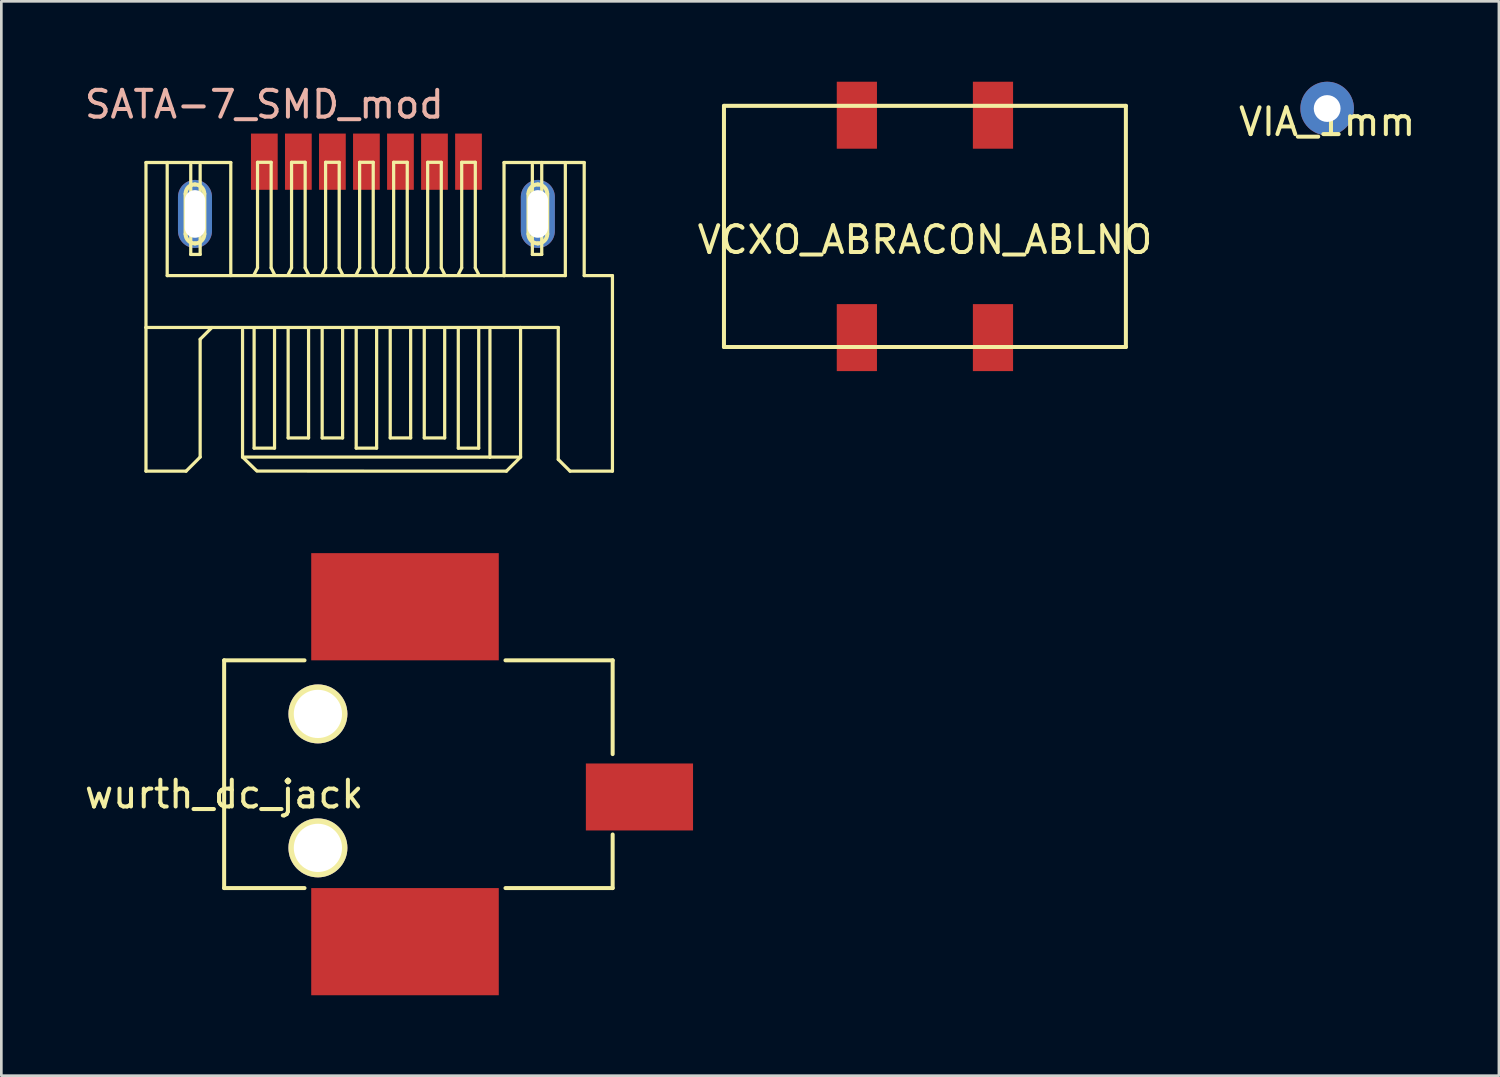
<source format=kicad_pcb>
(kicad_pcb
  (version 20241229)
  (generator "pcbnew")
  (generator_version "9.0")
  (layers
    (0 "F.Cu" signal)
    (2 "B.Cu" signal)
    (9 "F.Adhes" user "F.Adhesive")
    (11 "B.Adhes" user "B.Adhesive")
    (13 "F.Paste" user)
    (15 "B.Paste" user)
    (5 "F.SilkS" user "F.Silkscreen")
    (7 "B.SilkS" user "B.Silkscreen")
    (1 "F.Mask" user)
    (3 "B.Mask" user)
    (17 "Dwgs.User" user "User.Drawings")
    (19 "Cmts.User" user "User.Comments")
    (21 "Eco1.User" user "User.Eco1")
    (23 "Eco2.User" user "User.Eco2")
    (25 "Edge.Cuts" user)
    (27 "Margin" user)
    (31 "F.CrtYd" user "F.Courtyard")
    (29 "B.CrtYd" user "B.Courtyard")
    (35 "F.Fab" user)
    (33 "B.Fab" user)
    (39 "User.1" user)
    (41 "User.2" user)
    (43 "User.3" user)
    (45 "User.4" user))
  (footprint "VCXO_ABRACON_ABLNO"
    (layer "F.Cu")
    (at 31.469 5.4)
    (property "Reference" "VCXO_ABRACON_ABLNO" (at 0 0.5 0) (layer "F.SilkS") (effects (font (size 1 1) (thickness 0.15))))
    (attr through_hole)
    (fp_line (start -7.5 -4.5) (end 7.5 -4.5) (stroke (width 0.15) (type solid)) (layer "F.SilkS"))
    (fp_line (start -7.5 4.5) (end -7.5 -4.5) (stroke (width 0.15) (type solid)) (layer "F.SilkS"))
    (fp_line (start 7.5 -4.5) (end 7.5 4.5) (stroke (width 0.15) (type solid)) (layer "F.SilkS"))
    (fp_line (start 7.5 4.5) (end -7.5 4.5) (stroke (width 0.15) (type solid)) (layer "F.SilkS"))
    (pad "1" smd rect (at -2.54 2.9) (size 1.5 2.5) (drill (offset 0 1.25)) (layers "F.Cu" "F.Mask" "F.Paste"))
    (pad "2" smd rect (at 2.54 2.9) (size 1.5 2.5) (drill (offset 0 1.25)) (layers "F.Cu" "F.Mask" "F.Paste"))
    (pad "3" smd rect (at 2.54 -2.9) (size 1.5 2.5) (drill (offset 0 -1.25)) (layers "F.Cu" "F.Mask" "F.Paste"))
    (pad "4" smd rect (at -2.54 -2.9) (size 1.5 2.5) (drill (offset 0 -1.25)) (layers "F.Cu" "F.Mask" "F.Paste")))
  (footprint "VIA_1mm"
    (layer "F.Cu")
    (at 46.481 1)
    (property "Reference" "VIA_1mm" (at 0 0.5 0) (layer "F.SilkS") (effects (font (size 1 1) (thickness 0.15))))
    (attr through_hole)
    (pad "1" thru_hole circle (at 0 0) (size 2 2) (drill 1) (layers "*.Cu" "*.Mask")))
  (footprint "wurth_dc_jack"
    (layer "F.Cu")
    (at 5.315 26.094)
    (property "Reference" "wurth_dc_jack" (at 0 0.5 0) (layer "F.SilkS") (effects (font (size 1 1) (thickness 0.15))))
    (attr through_hole)
    (fp_line (start 0 -4.5) (end 3 -4.5) (stroke (width 0.15) (type solid)) (layer "F.SilkS"))
    (fp_line (start 0 4) (end 0 -4.5) (stroke (width 0.15) (type solid)) (layer "F.SilkS"))
    (fp_line (start 3 4) (end 0 4) (stroke (width 0.15) (type solid)) (layer "F.SilkS"))
    (fp_line (start 10.5 4) (end 14.5 4) (stroke (width 0.15) (type solid)) (layer "F.SilkS"))
    (fp_line (start 14.5 -4.5) (end 10.5 -4.5) (stroke (width 0.15) (type solid)) (layer "F.SilkS"))
    (fp_line (start 14.5 -1) (end 14.5 -4.5) (stroke (width 0.15) (type solid)) (layer "F.SilkS"))
    (fp_line (start 14.5 4) (end 14.5 2) (stroke (width 0.15) (type solid)) (layer "F.SilkS"))
    (pad "" np_thru_hole circle (at 3.5 -2.5) (size 2.2 2.2) (drill 1.8) (layers "*.Cu" "*.Mask" "F.SilkS"))
    (pad "" np_thru_hole circle (at 3.5 2.5) (size 2.2 2.2) (drill 1.8) (layers "*.Cu" "*.Mask" "F.SilkS"))
    (pad "1" smd rect (at 13.5 0.6) (size 4 2.5) (drill (offset 2 0)) (layers "F.Cu" "F.Mask" "F.Paste"))
    (pad "2" smd rect (at 3.25 -4.5) (size 7 4) (drill (offset 3.5 -2)) (layers "F.Cu" "F.Mask" "F.Paste"))
    (pad "3" smd rect (at 3.25 4) (size 7 4) (drill (offset 3.5 2)) (layers "F.Cu" "F.Mask" "F.Paste")))
  (footprint "SATA-7_SMD_mod"
    (layer "F.Cu")
    (at 10.625 14.183)
    (property "Reference" "SATA-7_SMD_mod" (at -3.81 -13.335 0) (layer "B.SilkS") (effects (font (size 1 1) (thickness 0.15))))
    (attr smd)
    (fp_line (start -8.227 -11.168) (end -7.435 -11.168) (stroke (width 0.12) (type solid)) (layer "F.SilkS"))
    (fp_line (start -8.227 -5.011) (end -8.227 -11.168) (stroke (width 0.12) (type solid)) (layer "F.SilkS"))
    (fp_line (start -8.227 -5.011) (end 5.753 -5.011) (stroke (width 0.12) (type solid)) (layer "F.SilkS"))
    (fp_line (start -8.227 0.351) (end -8.227 -5.011) (stroke (width 0.12) (type solid)) (layer "F.SilkS"))
    (fp_line (start -7.435 -11.168) (end -7.435 -6.947) (stroke (width 0.12) (type solid)) (layer "F.SilkS"))
    (fp_line (start -7.435 -11.168) (end -5.062 -11.168) (stroke (width 0.12) (type solid)) (layer "F.SilkS"))
    (fp_line (start -7.435 -6.947) (end 5.136 -6.947) (stroke (width 0.12) (type solid)) (layer "F.SilkS"))
    (fp_line (start -6.749 -8.499) (end -6.749 -10) (stroke (width 0.15) (type solid)) (layer "F.SilkS"))
    (fp_line (start -6.731 0.351) (end -8.227 0.351) (stroke (width 0.12) (type solid)) (layer "F.SilkS"))
    (fp_line (start -6.556 -11.079) (end -6.556 -7.737) (stroke (width 0.12) (type solid)) (layer "F.SilkS"))
    (fp_line (start -6.556 -7.737) (end -6.205 -7.737) (stroke (width 0.12) (type solid)) (layer "F.SilkS"))
    (fp_line (start -6.205 -7.737) (end -6.205 -11.079) (stroke (width 0.12) (type solid)) (layer "F.SilkS"))
    (fp_line (start -6.205 -4.572) (end -5.766 -5.011) (stroke (width 0.12) (type solid)) (layer "F.SilkS"))
    (fp_line (start -6.205 -0.175) (end -6.731 0.351) (stroke (width 0.12) (type solid)) (layer "F.SilkS"))
    (fp_line (start -6.205 -0.175) (end -6.205 -4.572) (stroke (width 0.12) (type solid)) (layer "F.SilkS"))
    (fp_line (start -6.048 -10) (end -6.048 -8.499) (stroke (width 0.15) (type solid)) (layer "F.SilkS"))
    (fp_line (start -5.062 -11.168) (end -5.062 -6.947) (stroke (width 0.12) (type solid)) (layer "F.SilkS"))
    (fp_line (start -4.623 -0.175) (end -4.623 -4.923) (stroke (width 0.12) (type solid)) (layer "F.SilkS"))
    (fp_line (start -4.191 -6.985) (end -4.064 -7.236) (stroke (width 0.12) (type solid)) (layer "F.SilkS"))
    (fp_line (start -4.191 -0.508) (end -4.191 -4.953) (stroke (width 0.12) (type solid)) (layer "F.SilkS"))
    (fp_line (start -4.097 0.338) (end -4.623 -0.175) (stroke (width 0.12) (type solid)) (layer "F.SilkS"))
    (fp_line (start -4.064 -11.176) (end -3.556 -11.176) (stroke (width 0.12) (type solid)) (layer "F.SilkS"))
    (fp_line (start -4.064 -7.236) (end -4.064 -11.176) (stroke (width 0.12) (type solid)) (layer "F.SilkS"))
    (fp_line (start -3.556 -11.176) (end -3.556 -7.236) (stroke (width 0.12) (type solid)) (layer "F.SilkS"))
    (fp_line (start -3.556 -7.236) (end -3.429 -6.985) (stroke (width 0.12) (type solid)) (layer "F.SilkS"))
    (fp_line (start -3.429 -4.953) (end -3.429 -0.508) (stroke (width 0.12) (type solid)) (layer "F.SilkS"))
    (fp_line (start -3.429 -0.508) (end -4.191 -0.508) (stroke (width 0.12) (type solid)) (layer "F.SilkS"))
    (fp_line (start -2.921 -6.985) (end -2.794 -7.236) (stroke (width 0.12) (type solid)) (layer "F.SilkS"))
    (fp_line (start -2.921 -4.953) (end -2.921 -0.889) (stroke (width 0.12) (type solid)) (layer "F.SilkS"))
    (fp_line (start -2.921 -0.889) (end -2.159 -0.889) (stroke (width 0.12) (type solid)) (layer "F.SilkS"))
    (fp_line (start -2.794 -11.176) (end -2.286 -11.176) (stroke (width 0.12) (type solid)) (layer "F.SilkS"))
    (fp_line (start -2.794 -7.236) (end -2.794 -11.176) (stroke (width 0.12) (type solid)) (layer "F.SilkS"))
    (fp_line (start -2.286 -11.176) (end -2.286 -7.236) (stroke (width 0.12) (type solid)) (layer "F.SilkS"))
    (fp_line (start -2.286 -7.236) (end -2.159 -6.985) (stroke (width 0.12) (type solid)) (layer "F.SilkS"))
    (fp_line (start -2.159 -0.889) (end -2.159 -4.953) (stroke (width 0.12) (type solid)) (layer "F.SilkS"))
    (fp_line (start -1.651 -6.985) (end -1.524 -7.236) (stroke (width 0.12) (type solid)) (layer "F.SilkS"))
    (fp_line (start -1.651 -4.953) (end -1.651 -0.889) (stroke (width 0.12) (type solid)) (layer "F.SilkS"))
    (fp_line (start -1.651 -0.889) (end -0.889 -0.889) (stroke (width 0.12) (type solid)) (layer "F.SilkS"))
    (fp_line (start -1.524 -11.176) (end -1.016 -11.176) (stroke (width 0.12) (type solid)) (layer "F.SilkS"))
    (fp_line (start -1.524 -7.236) (end -1.524 -11.176) (stroke (width 0.12) (type solid)) (layer "F.SilkS"))
    (fp_line (start -1.016 -11.176) (end -1.016 -7.236) (stroke (width 0.12) (type solid)) (layer "F.SilkS"))
    (fp_line (start -1.016 -7.236) (end -0.889 -6.985) (stroke (width 0.12) (type solid)) (layer "F.SilkS"))
    (fp_line (start -0.889 -0.889) (end -0.889 -4.953) (stroke (width 0.12) (type solid)) (layer "F.SilkS"))
    (fp_line (start -0.381 -6.985) (end -0.254 -7.236) (stroke (width 0.12) (type solid)) (layer "F.SilkS"))
    (fp_line (start -0.381 -4.953) (end -0.381 -0.508) (stroke (width 0.12) (type solid)) (layer "F.SilkS"))
    (fp_line (start -0.381 -0.508) (end 0.381 -0.508) (stroke (width 0.12) (type solid)) (layer "F.SilkS"))
    (fp_line (start -0.254 -11.176) (end 0.254 -11.176) (stroke (width 0.12) (type solid)) (layer "F.SilkS"))
    (fp_line (start -0.254 -7.236) (end -0.254 -11.176) (stroke (width 0.12) (type solid)) (layer "F.SilkS"))
    (fp_line (start 0.254 -11.176) (end 0.254 -7.236) (stroke (width 0.12) (type solid)) (layer "F.SilkS"))
    (fp_line (start 0.254 -7.236) (end 0.381 -6.985) (stroke (width 0.12) (type solid)) (layer "F.SilkS"))
    (fp_line (start 0.381 -0.508) (end 0.381 -4.953) (stroke (width 0.12) (type solid)) (layer "F.SilkS"))
    (fp_line (start 0.889 -6.985) (end 1.016 -7.236) (stroke (width 0.12) (type solid)) (layer "F.SilkS"))
    (fp_line (start 0.889 -4.953) (end 0.889 -0.889) (stroke (width 0.12) (type solid)) (layer "F.SilkS"))
    (fp_line (start 0.889 -0.889) (end 1.651 -0.889) (stroke (width 0.12) (type solid)) (layer "F.SilkS"))
    (fp_line (start 1.016 -11.176) (end 1.524 -11.176) (stroke (width 0.12) (type solid)) (layer "F.SilkS"))
    (fp_line (start 1.016 -7.236) (end 1.016 -11.176) (stroke (width 0.12) (type solid)) (layer "F.SilkS"))
    (fp_line (start 1.524 -11.176) (end 1.524 -7.236) (stroke (width 0.12) (type solid)) (layer "F.SilkS"))
    (fp_line (start 1.524 -7.236) (end 1.651 -6.985) (stroke (width 0.12) (type solid)) (layer "F.SilkS"))
    (fp_line (start 1.651 -0.889) (end 1.651 -4.953) (stroke (width 0.12) (type solid)) (layer "F.SilkS"))
    (fp_line (start 2.159 -6.985) (end 2.286 -7.236) (stroke (width 0.12) (type solid)) (layer "F.SilkS"))
    (fp_line (start 2.159 -4.953) (end 2.159 -0.889) (stroke (width 0.12) (type solid)) (layer "F.SilkS"))
    (fp_line (start 2.159 -0.889) (end 2.921 -0.889) (stroke (width 0.12) (type solid)) (layer "F.SilkS"))
    (fp_line (start 2.286 -11.176) (end 2.794 -11.176) (stroke (width 0.12) (type solid)) (layer "F.SilkS"))
    (fp_line (start 2.286 -7.236) (end 2.286 -11.176) (stroke (width 0.12) (type solid)) (layer "F.SilkS"))
    (fp_line (start 2.794 -11.176) (end 2.794 -7.236) (stroke (width 0.12) (type solid)) (layer "F.SilkS"))
    (fp_line (start 2.794 -7.236) (end 2.921 -6.985) (stroke (width 0.12) (type solid)) (layer "F.SilkS"))
    (fp_line (start 2.921 -0.889) (end 2.921 -4.953) (stroke (width 0.12) (type solid)) (layer "F.SilkS"))
    (fp_line (start 3.429 -6.985) (end 3.556 -7.236) (stroke (width 0.12) (type solid)) (layer "F.SilkS"))
    (fp_line (start 3.429 -4.953) (end 3.429 -0.508) (stroke (width 0.12) (type solid)) (layer "F.SilkS"))
    (fp_line (start 3.429 -0.508) (end 4.191 -0.508) (stroke (width 0.12) (type solid)) (layer "F.SilkS"))
    (fp_line (start 3.556 -11.176) (end 4.064 -11.176) (stroke (width 0.12) (type solid)) (layer "F.SilkS"))
    (fp_line (start 3.556 -7.236) (end 3.556 -11.176) (stroke (width 0.12) (type solid)) (layer "F.SilkS"))
    (fp_line (start 4.064 -11.176) (end 4.064 -7.236) (stroke (width 0.12) (type solid)) (layer "F.SilkS"))
    (fp_line (start 4.064 -7.236) (end 4.191 -6.985) (stroke (width 0.12) (type solid)) (layer "F.SilkS"))
    (fp_line (start 4.191 -0.508) (end 4.191 -4.953) (stroke (width 0.12) (type solid)) (layer "F.SilkS"))
    (fp_line (start 4.61 -0.175) (end -4.623 -0.175) (stroke (width 0.12) (type solid)) (layer "F.SilkS"))
    (fp_line (start 4.61 -0.175) (end 4.61 -4.923) (stroke (width 0.12) (type solid)) (layer "F.SilkS"))
    (fp_line (start 5.136 -11.168) (end 6.543 -11.168) (stroke (width 0.12) (type solid)) (layer "F.SilkS"))
    (fp_line (start 5.136 -6.947) (end 5.136 -11.168) (stroke (width 0.12) (type solid)) (layer "F.SilkS"))
    (fp_line (start 5.136 -6.947) (end 7.424 -6.947) (stroke (width 0.12) (type solid)) (layer "F.SilkS"))
    (fp_line (start 5.225 0.351) (end -4.074 0.348) (stroke (width 0.12) (type solid)) (layer "F.SilkS"))
    (fp_line (start 5.664 -0.175) (end 4.61 -0.175) (stroke (width 0.12) (type solid)) (layer "F.SilkS"))
    (fp_line (start 5.753 -5.011) (end 5.753 -0.175) (stroke (width 0.12) (type solid)) (layer "F.SilkS"))
    (fp_line (start 5.753 -0.175) (end 5.225 0.351) (stroke (width 0.12) (type solid)) (layer "F.SilkS"))
    (fp_line (start 5.753 -0.175) (end 5.753 -0.175) (stroke (width 0.12) (type solid)) (layer "F.SilkS"))
    (fp_line (start 6.048 -8.499) (end 6.048 -10) (stroke (width 0.15) (type solid)) (layer "F.SilkS"))
    (fp_line (start 6.193 -11.079) (end 6.193 -7.737) (stroke (width 0.12) (type solid)) (layer "F.SilkS"))
    (fp_line (start 6.193 -7.737) (end 6.543 -7.737) (stroke (width 0.12) (type solid)) (layer "F.SilkS"))
    (fp_line (start 6.543 -11.168) (end 8.128 -11.168) (stroke (width 0.12) (type solid)) (layer "F.SilkS"))
    (fp_line (start 6.543 -7.737) (end 6.543 -11.168) (stroke (width 0.12) (type solid)) (layer "F.SilkS"))
    (fp_line (start 6.749 -10) (end 6.749 -8.499) (stroke (width 0.15) (type solid)) (layer "F.SilkS"))
    (fp_line (start 7.16 -5.011) (end 5.753 -5.011) (stroke (width 0.12) (type solid)) (layer "F.SilkS"))
    (fp_line (start 7.16 -0.086) (end 7.16 -5.011) (stroke (width 0.12) (type solid)) (layer "F.SilkS"))
    (fp_line (start 7.424 -6.947) (end 7.424 -11.168) (stroke (width 0.12) (type solid)) (layer "F.SilkS"))
    (fp_line (start 7.6 0.351) (end 7.16 -0.086) (stroke (width 0.12) (type solid)) (layer "F.SilkS"))
    (fp_line (start 8.128 -11.168) (end 8.128 -6.947) (stroke (width 0.12) (type solid)) (layer "F.SilkS"))
    (fp_line (start 8.128 -6.947) (end 9.182 -6.947) (stroke (width 0.12) (type solid)) (layer "F.SilkS"))
    (fp_line (start 9.182 -6.947) (end 9.182 0.351) (stroke (width 0.12) (type solid)) (layer "F.SilkS"))
    (fp_line (start 9.182 0.351) (end 7.6 0.351) (stroke (width 0.12) (type solid)) (layer "F.SilkS"))
    (fp_arc (start -6.74878 -9.99998) (mid -6.646115 -10.247835) (end -6.39826 -10.3505) (stroke (width 0.15) (type solid)) (layer "F.SilkS"))
    (fp_arc (start -6.39826 -10.34796) (mid -6.152201 -10.246039) (end -6.05028 -9.99998) (stroke (width 0.15) (type solid)) (layer "F.SilkS"))
    (fp_arc (start -6.39826 -8.14832) (mid -6.646115 -8.250985) (end -6.74878 -8.49884) (stroke (width 0.15) (type solid)) (layer "F.SilkS"))
    (fp_arc (start -6.04774 -8.49884) (mid -6.150405 -8.250985) (end -6.39826 -8.14832) (stroke (width 0.15) (type solid)) (layer "F.SilkS"))
    (fp_arc (start 6.04774 -9.99998) (mid 6.150405 -10.247835) (end 6.39826 -10.3505) (stroke (width 0.15) (type solid)) (layer "F.SilkS"))
    (fp_arc (start 6.39826 -10.34796) (mid 6.644319 -10.246039) (end 6.74624 -9.99998) (stroke (width 0.15) (type solid)) (layer "F.SilkS"))
    (fp_arc (start 6.39826 -8.14832) (mid 6.150405 -8.250985) (end 6.04774 -8.49884) (stroke (width 0.15) (type solid)) (layer "F.SilkS"))
    (fp_arc (start 6.74878 -8.49884) (mid 6.646115 -8.250985) (end 6.39826 -8.14832) (stroke (width 0.15) (type solid)) (layer "F.SilkS"))
    (pad "1" smd rect (at -3.81 -11.199) (size 0.998 2.098) (layers "F.Cu" "F.Mask" "F.Paste"))
    (pad "2" smd rect (at -2.54 -11.199) (size 0.998 2.098) (layers "F.Cu" "F.Mask" "F.Paste"))
    (pad "3" smd rect (at -1.27 -11.199) (size 0.998 2.098) (layers "F.Cu" "F.Mask" "F.Paste"))
    (pad "4" smd rect (at 0 -11.199) (size 0.998 2.098) (layers "F.Cu" "F.Mask" "F.Paste"))
    (pad "5" smd rect (at 1.27 -11.199) (size 0.998 2.098) (layers "F.Cu" "F.Mask" "F.Paste"))
    (pad "6" smd rect (at 2.54 -11.199) (size 0.998 2.098) (layers "F.Cu" "F.Mask" "F.Paste"))
    (pad "7" smd rect (at 3.81 -11.199) (size 0.998 2.098) (layers "F.Cu" "F.Mask" "F.Paste"))
    (pad "M1" thru_hole oval (at -6.398 -9.248) (size 1.27 2.54) (drill oval 0.762 1.778) (layers "*.Cu" "F.Mask" "F.Paste"))
    (pad "M2" thru_hole oval (at 6.398 -9.248) (size 1.27 2.54) (drill oval 0.762 1.778) (layers "*.Cu" "F.Mask" "F.Paste")))
  (gr_rect
    (start -3 -3)
    (end 52.891 37.094)
    (stroke (width 0.1) (type default))
    (fill no)
    (layer "Edge.Cuts")))
</source>
